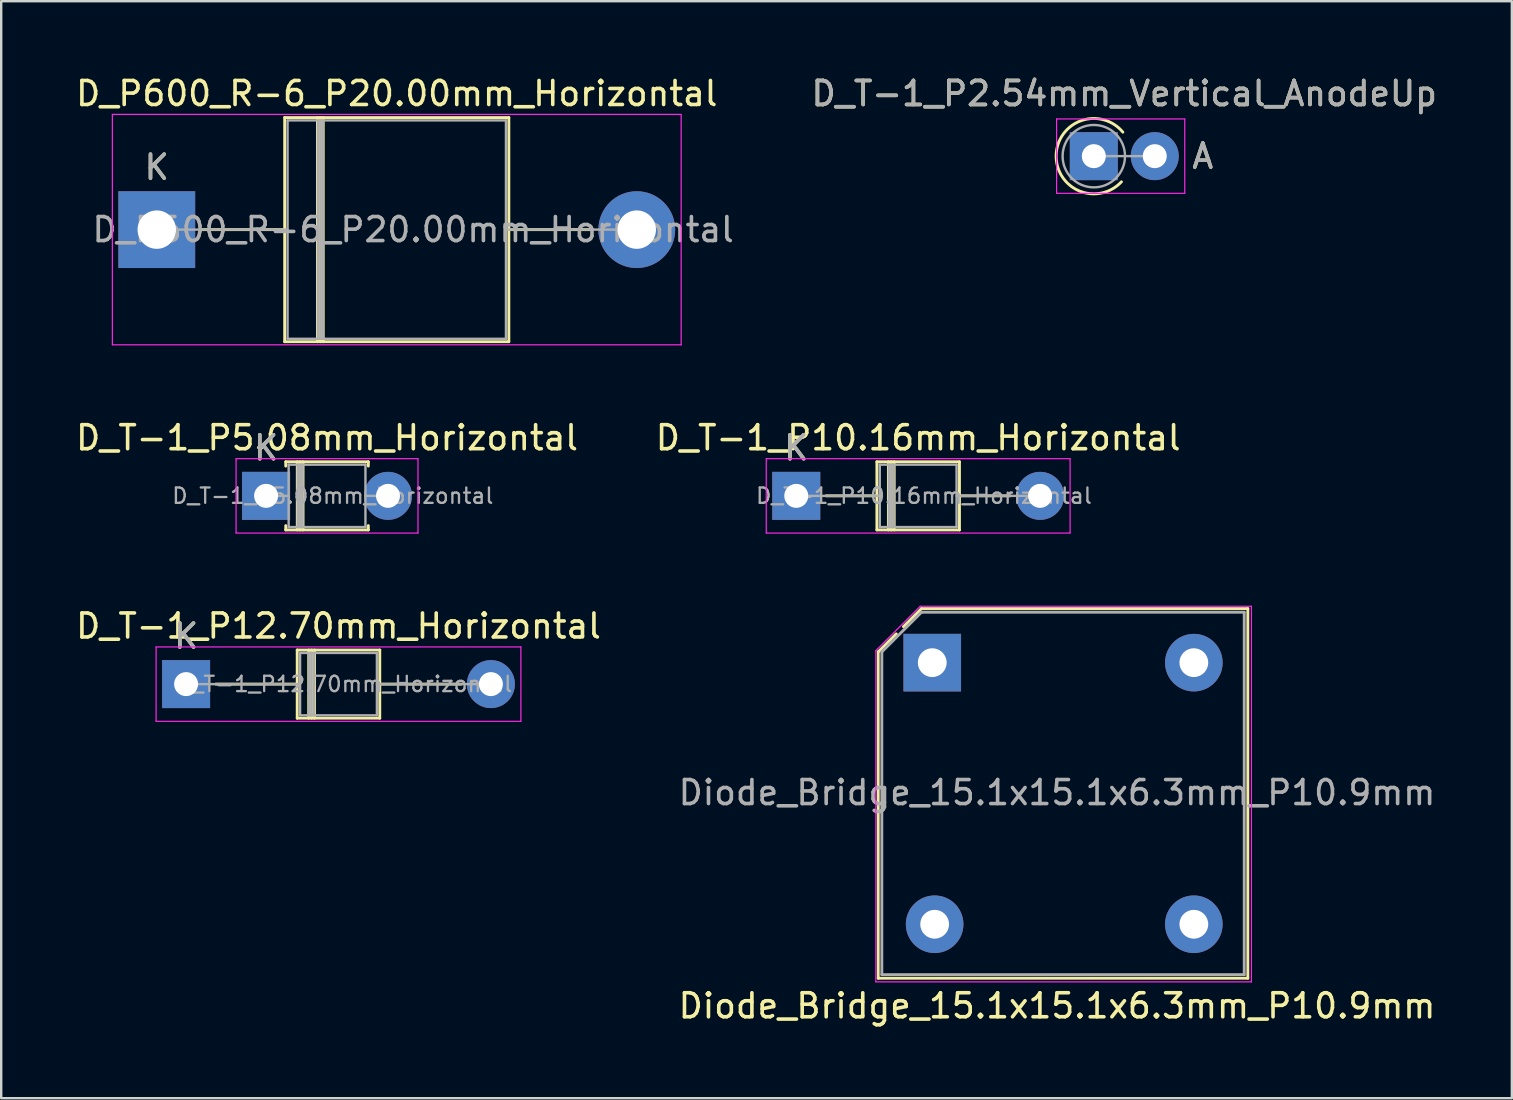
<source format=kicad_pcb>
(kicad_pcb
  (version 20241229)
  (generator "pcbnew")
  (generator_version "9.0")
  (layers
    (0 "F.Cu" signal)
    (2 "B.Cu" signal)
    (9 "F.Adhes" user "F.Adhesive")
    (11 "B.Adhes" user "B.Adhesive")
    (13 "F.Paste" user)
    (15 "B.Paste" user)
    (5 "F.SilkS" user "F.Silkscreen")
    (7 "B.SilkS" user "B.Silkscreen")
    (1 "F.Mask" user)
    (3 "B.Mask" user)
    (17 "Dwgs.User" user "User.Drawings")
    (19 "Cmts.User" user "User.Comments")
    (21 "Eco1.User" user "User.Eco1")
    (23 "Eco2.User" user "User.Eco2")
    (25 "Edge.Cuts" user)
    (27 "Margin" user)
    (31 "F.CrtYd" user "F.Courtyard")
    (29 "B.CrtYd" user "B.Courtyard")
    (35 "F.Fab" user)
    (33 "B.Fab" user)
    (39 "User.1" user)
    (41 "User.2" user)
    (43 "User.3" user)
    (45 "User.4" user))
  (footprint "D_T-1_P5.08mm_Horizontal"
    (layer "F.Cu")
    (at 8.037 17.611)
    (property "Reference" "D_T-1_P5.08mm_Horizontal" (at 2.54 -2.42 0) (layer "F.SilkS") (effects (font (size 1 1) (thickness 0.15))))
    (attr through_hole)
    (fp_line (start 0.82 -1.42) (end 4.26 -1.42) (stroke (width 0.12) (type solid)) (layer "F.SilkS"))
    (fp_line (start 0.82 -1.24) (end 0.82 -1.42) (stroke (width 0.12) (type solid)) (layer "F.SilkS"))
    (fp_line (start 0.82 1.24) (end 0.82 1.42) (stroke (width 0.12) (type solid)) (layer "F.SilkS"))
    (fp_line (start 0.82 1.42) (end 4.26 1.42) (stroke (width 0.12) (type solid)) (layer "F.SilkS"))
    (fp_line (start 1.3 -1.42) (end 1.3 1.42) (stroke (width 0.12) (type solid)) (layer "F.SilkS"))
    (fp_line (start 1.42 -1.42) (end 1.42 1.42) (stroke (width 0.12) (type solid)) (layer "F.SilkS"))
    (fp_line (start 1.54 -1.42) (end 1.54 1.42) (stroke (width 0.12) (type solid)) (layer "F.SilkS"))
    (fp_line (start 4.26 -1.42) (end 4.26 -1.24) (stroke (width 0.12) (type solid)) (layer "F.SilkS"))
    (fp_line (start 4.26 1.42) (end 4.26 1.24) (stroke (width 0.12) (type solid)) (layer "F.SilkS"))
    (fp_line (start -1.25 -1.55) (end -1.25 1.55) (stroke (width 0.05) (type solid)) (layer "F.CrtYd"))
    (fp_line (start -1.25 1.55) (end 6.33 1.55) (stroke (width 0.05) (type solid)) (layer "F.CrtYd"))
    (fp_line (start 6.33 -1.55) (end -1.25 -1.55) (stroke (width 0.05) (type solid)) (layer "F.CrtYd"))
    (fp_line (start 6.33 1.55) (end 6.33 -1.55) (stroke (width 0.05) (type solid)) (layer "F.CrtYd"))
    (fp_line (start 0 0) (end 0.94 0) (stroke (width 0.1) (type solid)) (layer "F.Fab"))
    (fp_line (start 0.94 -1.3) (end 0.94 1.3) (stroke (width 0.1) (type solid)) (layer "F.Fab"))
    (fp_line (start 0.94 1.3) (end 4.14 1.3) (stroke (width 0.1) (type solid)) (layer "F.Fab"))
    (fp_line (start 1.32 -1.3) (end 1.32 1.3) (stroke (width 0.1) (type solid)) (layer "F.Fab"))
    (fp_line (start 1.42 -1.3) (end 1.42 1.3) (stroke (width 0.1) (type solid)) (layer "F.Fab"))
    (fp_line (start 1.52 -1.3) (end 1.52 1.3) (stroke (width 0.1) (type solid)) (layer "F.Fab"))
    (fp_line (start 4.14 -1.3) (end 0.94 -1.3) (stroke (width 0.1) (type solid)) (layer "F.Fab"))
    (fp_line (start 4.14 1.3) (end 4.14 -1.3) (stroke (width 0.1) (type solid)) (layer "F.Fab"))
    (fp_line (start 5.08 0) (end 4.14 0) (stroke (width 0.1) (type solid)) (layer "F.Fab"))
    (fp_text user "K" (at 0 -2 0) (layer "F.SilkS") (effects (font (size 1 1) (thickness 0.15))))
    (fp_text user "${REFERENCE}" (at 2.78 0 0) (layer "F.Fab") (effects (font (size 0.64 0.64) (thickness 0.096))))
    (fp_text user "K" (at 0 -2 0) (layer "F.Fab") (effects (font (size 1 1) (thickness 0.15))))
    (pad "1" thru_hole rect (at 0 0) (size 2 2) (drill 1) (layers "*.Cu" "*.Mask"))
    (pad "2" thru_hole oval (at 5.08 0) (size 2 2) (drill 1) (layers "*.Cu" "*.Mask")))
  (footprint "Diode_Bridge_15.1x15.1x6.3mm_P10.9mm"
    (layer "F.Cu")
    (at 35.794 24.561)
    (property "Reference" "Diode_Bridge_15.1x15.1x6.3mm_P10.9mm" (at 5.2 14.3 180) (layer "F.SilkS") (effects (font (size 1 1) (thickness 0.15))))
    (attr through_hole)
    (fp_line (start -2.25 -0.45) (end -1.5 -1.2) (stroke (width 0.12) (type solid)) (layer "F.SilkS"))
    (fp_line (start -2.25 13.15) (end -2.25 -0.45) (stroke (width 0.12) (type solid)) (layer "F.SilkS"))
    (fp_line (start -1.2 -1.5) (end -0.45 -2.25) (stroke (width 0.12) (type solid)) (layer "F.SilkS"))
    (fp_line (start -0.45 -2.25) (end 13.15 -2.25) (stroke (width 0.12) (type solid)) (layer "F.SilkS"))
    (fp_line (start 13.15 -2.25) (end 13.15 13.15) (stroke (width 0.12) (type solid)) (layer "F.SilkS"))
    (fp_line (start 13.15 13.15) (end -2.25 13.15) (stroke (width 0.12) (type solid)) (layer "F.SilkS"))
    (fp_line (start -2.35 -0.5) (end -0.5 -2.35) (stroke (width 0.05) (type solid)) (layer "F.CrtYd"))
    (fp_line (start -2.35 13.3) (end -2.35 -0.5) (stroke (width 0.05) (type solid)) (layer "F.CrtYd"))
    (fp_line (start -0.5 -2.35) (end 13.3 -2.35) (stroke (width 0.05) (type solid)) (layer "F.CrtYd"))
    (fp_line (start 13.3 -2.35) (end 13.3 13.3) (stroke (width 0.05) (type solid)) (layer "F.CrtYd"))
    (fp_line (start 13.3 13.3) (end -2.35 13.3) (stroke (width 0.05) (type solid)) (layer "F.CrtYd"))
    (fp_line (start -2.1 -0.45) (end -0.45 -2.1) (stroke (width 0.12) (type solid)) (layer "F.Fab"))
    (fp_line (start -2.1 13) (end -2.1 -0.45) (stroke (width 0.12) (type solid)) (layer "F.Fab"))
    (fp_line (start -0.45 -2.1) (end 13 -2.1) (stroke (width 0.12) (type solid)) (layer "F.Fab"))
    (fp_line (start 13 -2.1) (end 13 13) (stroke (width 0.12) (type solid)) (layer "F.Fab"))
    (fp_line (start 13 13) (end -2.1 13) (stroke (width 0.12) (type solid)) (layer "F.Fab"))
    (fp_text user "${REFERENCE}" (at 5.2 5.415 180) (layer "F.Fab") (effects (font (size 1 1) (thickness 0.15))))
    (pad "1" thru_hole rect (at 0 0 180) (size 2.4 2.4) (drill 1.2) (layers "*.Cu" "*.Mask"))
    (pad "2" thru_hole circle (at 0.1 10.9 180) (size 2.4 2.4) (drill 1.2) (layers "*.Cu" "*.Mask"))
    (pad "3" thru_hole circle (at 10.9 10.9 180) (size 2.4 2.4) (drill 1.2) (layers "*.Cu" "*.Mask"))
    (pad "4" thru_hole circle (at 10.9 0 180) (size 2.4 2.4) (drill 1.2) (layers "*.Cu" "*.Mask")))
  (footprint "D_P600_R-6_P20.00mm_Horizontal"
    (layer "F.Cu")
    (at 3.482 6.518)
    (property "Reference" "D_P600_R-6_P20.00mm_Horizontal" (at 10 -5.67 0) (layer "F.SilkS") (effects (font (size 1 1) (thickness 0.15))))
    (attr through_hole)
    (fp_line (start 1.84 0) (end 5.33 0) (stroke (width 0.12) (type solid)) (layer "F.SilkS"))
    (fp_line (start 5.33 -4.67) (end 5.33 4.67) (stroke (width 0.12) (type solid)) (layer "F.SilkS"))
    (fp_line (start 5.33 4.67) (end 14.67 4.67) (stroke (width 0.12) (type solid)) (layer "F.SilkS"))
    (fp_line (start 6.695 -4.67) (end 6.695 4.67) (stroke (width 0.12) (type solid)) (layer "F.SilkS"))
    (fp_line (start 6.815 -4.67) (end 6.815 4.67) (stroke (width 0.12) (type solid)) (layer "F.SilkS"))
    (fp_line (start 6.935 -4.67) (end 6.935 4.67) (stroke (width 0.12) (type solid)) (layer "F.SilkS"))
    (fp_line (start 14.67 -4.67) (end 5.33 -4.67) (stroke (width 0.12) (type solid)) (layer "F.SilkS"))
    (fp_line (start 14.67 4.67) (end 14.67 -4.67) (stroke (width 0.12) (type solid)) (layer "F.SilkS"))
    (fp_line (start 18.16 0) (end 14.67 0) (stroke (width 0.12) (type solid)) (layer "F.SilkS"))
    (fp_line (start -1.85 -4.8) (end -1.85 4.8) (stroke (width 0.05) (type solid)) (layer "F.CrtYd"))
    (fp_line (start -1.85 4.8) (end 21.85 4.8) (stroke (width 0.05) (type solid)) (layer "F.CrtYd"))
    (fp_line (start 21.85 -4.8) (end -1.85 -4.8) (stroke (width 0.05) (type solid)) (layer "F.CrtYd"))
    (fp_line (start 21.85 4.8) (end 21.85 -4.8) (stroke (width 0.05) (type solid)) (layer "F.CrtYd"))
    (fp_line (start 0 0) (end 5.45 0) (stroke (width 0.1) (type solid)) (layer "F.Fab"))
    (fp_line (start 5.45 -4.55) (end 5.45 4.55) (stroke (width 0.1) (type solid)) (layer "F.Fab"))
    (fp_line (start 5.45 4.55) (end 14.55 4.55) (stroke (width 0.1) (type solid)) (layer "F.Fab"))
    (fp_line (start 6.715 -4.55) (end 6.715 4.55) (stroke (width 0.1) (type solid)) (layer "F.Fab"))
    (fp_line (start 6.815 -4.55) (end 6.815 4.55) (stroke (width 0.1) (type solid)) (layer "F.Fab"))
    (fp_line (start 6.915 -4.55) (end 6.915 4.55) (stroke (width 0.1) (type solid)) (layer "F.Fab"))
    (fp_line (start 14.55 -4.55) (end 5.45 -4.55) (stroke (width 0.1) (type solid)) (layer "F.Fab"))
    (fp_line (start 14.55 4.55) (end 14.55 -4.55) (stroke (width 0.1) (type solid)) (layer "F.Fab"))
    (fp_line (start 20 0) (end 14.55 0) (stroke (width 0.1) (type solid)) (layer "F.Fab"))
    (fp_text user "K" (at 0 -2.6 0) (layer "F.SilkS") (effects (font (size 1 1) (thickness 0.15))))
    (fp_text user "${REFERENCE}" (at 10.682 0 0) (layer "F.Fab") (effects (font (size 1 1) (thickness 0.15))))
    (fp_text user "K" (at 0 -2.6 0) (layer "F.Fab") (effects (font (size 1 1) (thickness 0.15))))
    (pad "1" thru_hole rect (at 0 0) (size 3.2 3.2) (drill 1.6) (layers "*.Cu" "*.Mask"))
    (pad "2" thru_hole oval (at 20 0) (size 3.2 3.2) (drill 1.6) (layers "*.Cu" "*.Mask")))
  (footprint "D_T-1_P12.70mm_Horizontal"
    (layer "F.Cu")
    (at 4.704 25.455)
    (property "Reference" "D_T-1_P12.70mm_Horizontal" (at 6.35 -2.42 0) (layer "F.SilkS") (effects (font (size 1 1) (thickness 0.15))))
    (attr through_hole)
    (fp_line (start 1.24 0) (end 4.63 0) (stroke (width 0.12) (type solid)) (layer "F.SilkS"))
    (fp_line (start 4.63 -1.42) (end 4.63 1.42) (stroke (width 0.12) (type solid)) (layer "F.SilkS"))
    (fp_line (start 4.63 1.42) (end 8.07 1.42) (stroke (width 0.12) (type solid)) (layer "F.SilkS"))
    (fp_line (start 5.11 -1.42) (end 5.11 1.42) (stroke (width 0.12) (type solid)) (layer "F.SilkS"))
    (fp_line (start 5.23 -1.42) (end 5.23 1.42) (stroke (width 0.12) (type solid)) (layer "F.SilkS"))
    (fp_line (start 5.35 -1.42) (end 5.35 1.42) (stroke (width 0.12) (type solid)) (layer "F.SilkS"))
    (fp_line (start 8.07 -1.42) (end 4.63 -1.42) (stroke (width 0.12) (type solid)) (layer "F.SilkS"))
    (fp_line (start 8.07 1.42) (end 8.07 -1.42) (stroke (width 0.12) (type solid)) (layer "F.SilkS"))
    (fp_line (start 11.46 0) (end 8.07 0) (stroke (width 0.12) (type solid)) (layer "F.SilkS"))
    (fp_line (start -1.25 -1.55) (end -1.25 1.55) (stroke (width 0.05) (type solid)) (layer "F.CrtYd"))
    (fp_line (start -1.25 1.55) (end 13.95 1.55) (stroke (width 0.05) (type solid)) (layer "F.CrtYd"))
    (fp_line (start 13.95 -1.55) (end -1.25 -1.55) (stroke (width 0.05) (type solid)) (layer "F.CrtYd"))
    (fp_line (start 13.95 1.55) (end 13.95 -1.55) (stroke (width 0.05) (type solid)) (layer "F.CrtYd"))
    (fp_line (start 0 0) (end 4.75 0) (stroke (width 0.1) (type solid)) (layer "F.Fab"))
    (fp_line (start 4.75 -1.3) (end 4.75 1.3) (stroke (width 0.1) (type solid)) (layer "F.Fab"))
    (fp_line (start 4.75 1.3) (end 7.95 1.3) (stroke (width 0.1) (type solid)) (layer "F.Fab"))
    (fp_line (start 5.13 -1.3) (end 5.13 1.3) (stroke (width 0.1) (type solid)) (layer "F.Fab"))
    (fp_line (start 5.23 -1.3) (end 5.23 1.3) (stroke (width 0.1) (type solid)) (layer "F.Fab"))
    (fp_line (start 5.33 -1.3) (end 5.33 1.3) (stroke (width 0.1) (type solid)) (layer "F.Fab"))
    (fp_line (start 7.95 -1.3) (end 4.75 -1.3) (stroke (width 0.1) (type solid)) (layer "F.Fab"))
    (fp_line (start 7.95 1.3) (end 7.95 -1.3) (stroke (width 0.1) (type solid)) (layer "F.Fab"))
    (fp_line (start 12.7 0) (end 7.95 0) (stroke (width 0.1) (type solid)) (layer "F.Fab"))
    (fp_text user "K" (at 0 -2 0) (layer "F.SilkS") (effects (font (size 1 1) (thickness 0.15))))
    (fp_text user "${REFERENCE}" (at 6.59 0 0) (layer "F.Fab") (effects (font (size 0.64 0.64) (thickness 0.096))))
    (fp_text user "K" (at 0 -2 0) (layer "F.Fab") (effects (font (size 1 1) (thickness 0.15))))
    (pad "1" thru_hole rect (at 0 0) (size 2 2) (drill 1) (layers "*.Cu" "*.Mask"))
    (pad "2" thru_hole oval (at 12.7 0) (size 2 2) (drill 1) (layers "*.Cu" "*.Mask")))
  (footprint "D_T-1_P2.54mm_Vertical_AnodeUp"
    (layer "F.Cu")
    (at 42.526 3.457)
    (property "Reference" "D_T-1_P2.54mm_Vertical_AnodeUp" (at 1.27 -2.609 0) (layer "F.SilkS") (effects (font (size 1 1) (thickness 0.15))))
    (attr through_hole)
    (fp_arc (start 1.151253 1.067982) (mid -1.56969 -0.045178) (end 1.210772 -1) (stroke (width 0.12) (type solid)) (layer "F.SilkS"))
    (fp_line (start -1.55 -1.55) (end -1.55 1.55) (stroke (width 0.05) (type solid)) (layer "F.CrtYd"))
    (fp_line (start -1.55 1.55) (end 3.79 1.55) (stroke (width 0.05) (type solid)) (layer "F.CrtYd"))
    (fp_line (start 3.79 -1.55) (end -1.55 -1.55) (stroke (width 0.05) (type solid)) (layer "F.CrtYd"))
    (fp_line (start 3.79 1.55) (end 3.79 -1.55) (stroke (width 0.05) (type solid)) (layer "F.CrtYd"))
    (fp_line (start 0 0) (end 2.54 0) (stroke (width 0.1) (type solid)) (layer "F.Fab"))
    (fp_circle (center 0 0) (end 1.3 0) (stroke (width 0.1) (type solid)) (fill no) (layer "F.Fab"))
    (fp_text user "A" (at 4.54 0 0) (layer "F.SilkS") (effects (font (size 1 1) (thickness 0.15))))
    (fp_text user "A" (at 4.54 0 0) (layer "F.Fab") (effects (font (size 1 1) (thickness 0.15))))
    (fp_text user "${REFERENCE}" (at 1.27 -2.609 0) (layer "F.Fab") (effects (font (size 1 1) (thickness 0.15))))
    (pad "1" thru_hole rect (at 0 0) (size 2 2) (drill 1) (layers "*.Cu" "*.Mask"))
    (pad "2" thru_hole oval (at 2.54 0) (size 2 2) (drill 1) (layers "*.Cu" "*.Mask")))
  (footprint "D_T-1_P10.16mm_Horizontal"
    (layer "F.Cu")
    (at 30.128 17.611)
    (property "Reference" "D_T-1_P10.16mm_Horizontal" (at 5.08 -2.42 0) (layer "F.SilkS") (effects (font (size 1 1) (thickness 0.15))))
    (attr through_hole)
    (fp_line (start 1.24 0) (end 3.36 0) (stroke (width 0.12) (type solid)) (layer "F.SilkS"))
    (fp_line (start 3.36 -1.42) (end 3.36 1.42) (stroke (width 0.12) (type solid)) (layer "F.SilkS"))
    (fp_line (start 3.36 1.42) (end 6.8 1.42) (stroke (width 0.12) (type solid)) (layer "F.SilkS"))
    (fp_line (start 3.84 -1.42) (end 3.84 1.42) (stroke (width 0.12) (type solid)) (layer "F.SilkS"))
    (fp_line (start 3.96 -1.42) (end 3.96 1.42) (stroke (width 0.12) (type solid)) (layer "F.SilkS"))
    (fp_line (start 4.08 -1.42) (end 4.08 1.42) (stroke (width 0.12) (type solid)) (layer "F.SilkS"))
    (fp_line (start 6.8 -1.42) (end 3.36 -1.42) (stroke (width 0.12) (type solid)) (layer "F.SilkS"))
    (fp_line (start 6.8 1.42) (end 6.8 -1.42) (stroke (width 0.12) (type solid)) (layer "F.SilkS"))
    (fp_line (start 8.92 0) (end 6.8 0) (stroke (width 0.12) (type solid)) (layer "F.SilkS"))
    (fp_line (start -1.25 -1.55) (end -1.25 1.55) (stroke (width 0.05) (type solid)) (layer "F.CrtYd"))
    (fp_line (start -1.25 1.55) (end 11.41 1.55) (stroke (width 0.05) (type solid)) (layer "F.CrtYd"))
    (fp_line (start 11.41 -1.55) (end -1.25 -1.55) (stroke (width 0.05) (type solid)) (layer "F.CrtYd"))
    (fp_line (start 11.41 1.55) (end 11.41 -1.55) (stroke (width 0.05) (type solid)) (layer "F.CrtYd"))
    (fp_line (start 0 0) (end 3.48 0) (stroke (width 0.1) (type solid)) (layer "F.Fab"))
    (fp_line (start 3.48 -1.3) (end 3.48 1.3) (stroke (width 0.1) (type solid)) (layer "F.Fab"))
    (fp_line (start 3.48 1.3) (end 6.68 1.3) (stroke (width 0.1) (type solid)) (layer "F.Fab"))
    (fp_line (start 3.86 -1.3) (end 3.86 1.3) (stroke (width 0.1) (type solid)) (layer "F.Fab"))
    (fp_line (start 3.96 -1.3) (end 3.96 1.3) (stroke (width 0.1) (type solid)) (layer "F.Fab"))
    (fp_line (start 4.06 -1.3) (end 4.06 1.3) (stroke (width 0.1) (type solid)) (layer "F.Fab"))
    (fp_line (start 6.68 -1.3) (end 3.48 -1.3) (stroke (width 0.1) (type solid)) (layer "F.Fab"))
    (fp_line (start 6.68 1.3) (end 6.68 -1.3) (stroke (width 0.1) (type solid)) (layer "F.Fab"))
    (fp_line (start 10.16 0) (end 6.68 0) (stroke (width 0.1) (type solid)) (layer "F.Fab"))
    (fp_text user "K" (at 0 -2 0) (layer "F.SilkS") (effects (font (size 1 1) (thickness 0.15))))
    (fp_text user "K" (at 0 -2 0) (layer "F.Fab") (effects (font (size 1 1) (thickness 0.15))))
    (fp_text user "${REFERENCE}" (at 5.32 0 0) (layer "F.Fab") (effects (font (size 0.64 0.64) (thickness 0.096))))
    (pad "1" thru_hole rect (at 0 0) (size 2 2) (drill 1) (layers "*.Cu" "*.Mask"))
    (pad "2" thru_hole oval (at 10.16 0) (size 2 2) (drill 1) (layers "*.Cu" "*.Mask")))
  (gr_rect
    (start -3 -3)
    (end 59.944 42.71)
    (stroke (width 0.1) (type default))
    (fill no)
    (layer "Edge.Cuts")))
</source>
